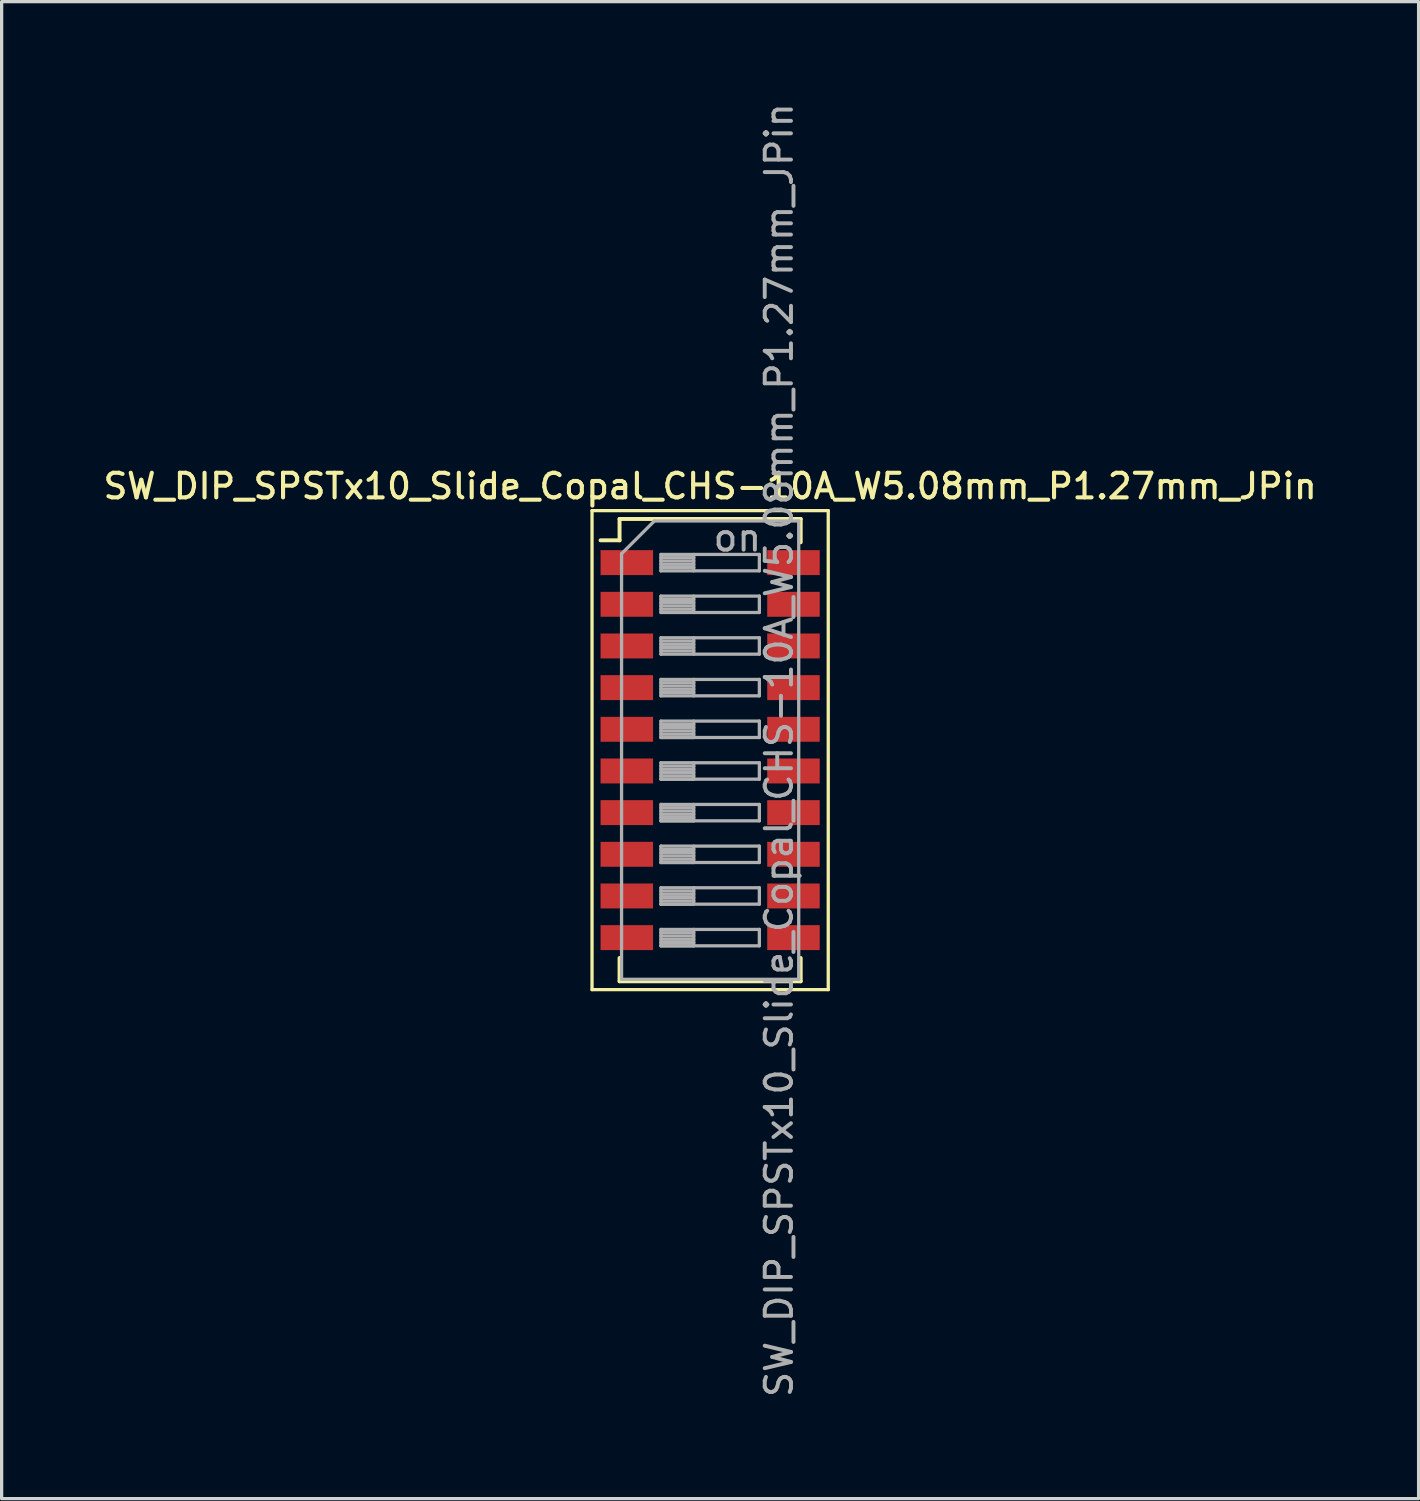
<source format=kicad_pcb>
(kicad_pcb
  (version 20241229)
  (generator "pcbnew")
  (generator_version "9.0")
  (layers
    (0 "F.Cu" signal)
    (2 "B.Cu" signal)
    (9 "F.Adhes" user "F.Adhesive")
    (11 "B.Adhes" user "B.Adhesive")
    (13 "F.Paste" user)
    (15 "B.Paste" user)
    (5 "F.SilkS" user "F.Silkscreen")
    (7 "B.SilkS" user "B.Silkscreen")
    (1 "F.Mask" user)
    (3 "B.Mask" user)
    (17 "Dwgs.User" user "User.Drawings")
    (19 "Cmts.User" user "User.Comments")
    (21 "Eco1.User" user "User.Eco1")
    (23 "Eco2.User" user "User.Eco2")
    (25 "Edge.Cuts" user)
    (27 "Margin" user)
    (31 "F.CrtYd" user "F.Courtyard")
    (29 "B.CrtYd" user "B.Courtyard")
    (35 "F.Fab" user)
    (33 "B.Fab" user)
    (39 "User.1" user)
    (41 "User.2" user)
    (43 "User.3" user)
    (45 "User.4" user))
  (footprint "SW_DIP_SPSTx10_Slide_Copal_CHS-10A_W5.08mm_P1.27mm_JPin"
    (layer "F.Cu")
    (at 18.595 19.814)
    (property "Reference" "SW_DIP_SPSTx10_Slide_Copal_CHS-10A_W5.08mm_P1.27mm_JPin" (at 0 -8.045 0) (layer "F.SilkS") (effects (font (size 0.75 0.75) (thickness 0.125))))
    (attr smd)
    (fp_line (start -3.6 -7.3) (end -3.6 7.3) (stroke (width 0.1) (type solid)) (layer "F.SilkS"))
    (fp_line (start -3.6 7.3) (end 3.6 7.3) (stroke (width 0.1) (type solid)) (layer "F.SilkS"))
    (fp_line (start -3.34 -6.395) (end -2.761 -6.395) (stroke (width 0.12) (type solid)) (layer "F.SilkS"))
    (fp_line (start -2.761 -7.045) (end -2.761 -6.395) (stroke (width 0.12) (type solid)) (layer "F.SilkS"))
    (fp_line (start -2.761 -7.045) (end 2.76 -7.045) (stroke (width 0.12) (type solid)) (layer "F.SilkS"))
    (fp_line (start -2.761 6.335) (end -2.761 7.045) (stroke (width 0.12) (type solid)) (layer "F.SilkS"))
    (fp_line (start -2.761 7.045) (end 2.76 7.045) (stroke (width 0.12) (type solid)) (layer "F.SilkS"))
    (fp_line (start 2.76 -7.045) (end 2.76 -6.335) (stroke (width 0.12) (type solid)) (layer "F.SilkS"))
    (fp_line (start 2.76 6.335) (end 2.76 7.045) (stroke (width 0.12) (type solid)) (layer "F.SilkS"))
    (fp_line (start 3.6 -7.3) (end -3.6 -7.3) (stroke (width 0.1) (type solid)) (layer "F.SilkS"))
    (fp_line (start 3.6 7.3) (end 3.6 -7.3) (stroke (width 0.1) (type solid)) (layer "F.SilkS"))
    (fp_line (start -2.7 -5.985) (end -1.7 -6.985) (stroke (width 0.1) (type solid)) (layer "F.Fab"))
    (fp_line (start -2.7 6.985) (end -2.7 -5.985) (stroke (width 0.1) (type solid)) (layer "F.Fab"))
    (fp_line (start -1.7 -6.985) (end 2.7 -6.985) (stroke (width 0.1) (type solid)) (layer "F.Fab"))
    (fp_line (start -1.5 -5.965) (end -1.5 -5.465) (stroke (width 0.1) (type solid)) (layer "F.Fab"))
    (fp_line (start -1.5 -5.865) (end -0.5 -5.865) (stroke (width 0.1) (type solid)) (layer "F.Fab"))
    (fp_line (start -1.5 -5.765) (end -0.5 -5.765) (stroke (width 0.1) (type solid)) (layer "F.Fab"))
    (fp_line (start -1.5 -5.665) (end -0.5 -5.665) (stroke (width 0.1) (type solid)) (layer "F.Fab"))
    (fp_line (start -1.5 -5.565) (end -0.5 -5.565) (stroke (width 0.1) (type solid)) (layer "F.Fab"))
    (fp_line (start -1.5 -5.465) (end 1.5 -5.465) (stroke (width 0.1) (type solid)) (layer "F.Fab"))
    (fp_line (start -1.5 -4.695) (end -1.5 -4.195) (stroke (width 0.1) (type solid)) (layer "F.Fab"))
    (fp_line (start -1.5 -4.595) (end -0.5 -4.595) (stroke (width 0.1) (type solid)) (layer "F.Fab"))
    (fp_line (start -1.5 -4.495) (end -0.5 -4.495) (stroke (width 0.1) (type solid)) (layer "F.Fab"))
    (fp_line (start -1.5 -4.395) (end -0.5 -4.395) (stroke (width 0.1) (type solid)) (layer "F.Fab"))
    (fp_line (start -1.5 -4.295) (end -0.5 -4.295) (stroke (width 0.1) (type solid)) (layer "F.Fab"))
    (fp_line (start -1.5 -4.195) (end 1.5 -4.195) (stroke (width 0.1) (type solid)) (layer "F.Fab"))
    (fp_line (start -1.5 -3.425) (end -1.5 -2.925) (stroke (width 0.1) (type solid)) (layer "F.Fab"))
    (fp_line (start -1.5 -3.325) (end -0.5 -3.325) (stroke (width 0.1) (type solid)) (layer "F.Fab"))
    (fp_line (start -1.5 -3.225) (end -0.5 -3.225) (stroke (width 0.1) (type solid)) (layer "F.Fab"))
    (fp_line (start -1.5 -3.125) (end -0.5 -3.125) (stroke (width 0.1) (type solid)) (layer "F.Fab"))
    (fp_line (start -1.5 -3.025) (end -0.5 -3.025) (stroke (width 0.1) (type solid)) (layer "F.Fab"))
    (fp_line (start -1.5 -2.925) (end 1.5 -2.925) (stroke (width 0.1) (type solid)) (layer "F.Fab"))
    (fp_line (start -1.5 -2.155) (end -1.5 -1.655) (stroke (width 0.1) (type solid)) (layer "F.Fab"))
    (fp_line (start -1.5 -2.055) (end -0.5 -2.055) (stroke (width 0.1) (type solid)) (layer "F.Fab"))
    (fp_line (start -1.5 -1.955) (end -0.5 -1.955) (stroke (width 0.1) (type solid)) (layer "F.Fab"))
    (fp_line (start -1.5 -1.855) (end -0.5 -1.855) (stroke (width 0.1) (type solid)) (layer "F.Fab"))
    (fp_line (start -1.5 -1.755) (end -0.5 -1.755) (stroke (width 0.1) (type solid)) (layer "F.Fab"))
    (fp_line (start -1.5 -1.655) (end 1.5 -1.655) (stroke (width 0.1) (type solid)) (layer "F.Fab"))
    (fp_line (start -1.5 -0.885) (end -1.5 -0.385) (stroke (width 0.1) (type solid)) (layer "F.Fab"))
    (fp_line (start -1.5 -0.785) (end -0.5 -0.785) (stroke (width 0.1) (type solid)) (layer "F.Fab"))
    (fp_line (start -1.5 -0.685) (end -0.5 -0.685) (stroke (width 0.1) (type solid)) (layer "F.Fab"))
    (fp_line (start -1.5 -0.585) (end -0.5 -0.585) (stroke (width 0.1) (type solid)) (layer "F.Fab"))
    (fp_line (start -1.5 -0.485) (end -0.5 -0.485) (stroke (width 0.1) (type solid)) (layer "F.Fab"))
    (fp_line (start -1.5 -0.385) (end -0.5 -0.385) (stroke (width 0.1) (type solid)) (layer "F.Fab"))
    (fp_line (start -1.5 -0.385) (end 1.5 -0.385) (stroke (width 0.1) (type solid)) (layer "F.Fab"))
    (fp_line (start -1.5 0.385) (end -1.5 0.885) (stroke (width 0.1) (type solid)) (layer "F.Fab"))
    (fp_line (start -1.5 0.485) (end -0.5 0.485) (stroke (width 0.1) (type solid)) (layer "F.Fab"))
    (fp_line (start -1.5 0.585) (end -0.5 0.585) (stroke (width 0.1) (type solid)) (layer "F.Fab"))
    (fp_line (start -1.5 0.685) (end -0.5 0.685) (stroke (width 0.1) (type solid)) (layer "F.Fab"))
    (fp_line (start -1.5 0.785) (end -0.5 0.785) (stroke (width 0.1) (type solid)) (layer "F.Fab"))
    (fp_line (start -1.5 0.885) (end -0.5 0.885) (stroke (width 0.1) (type solid)) (layer "F.Fab"))
    (fp_line (start -1.5 0.885) (end 1.5 0.885) (stroke (width 0.1) (type solid)) (layer "F.Fab"))
    (fp_line (start -1.5 1.655) (end -1.5 2.155) (stroke (width 0.1) (type solid)) (layer "F.Fab"))
    (fp_line (start -1.5 1.755) (end -0.5 1.755) (stroke (width 0.1) (type solid)) (layer "F.Fab"))
    (fp_line (start -1.5 1.855) (end -0.5 1.855) (stroke (width 0.1) (type solid)) (layer "F.Fab"))
    (fp_line (start -1.5 1.955) (end -0.5 1.955) (stroke (width 0.1) (type solid)) (layer "F.Fab"))
    (fp_line (start -1.5 2.055) (end -0.5 2.055) (stroke (width 0.1) (type solid)) (layer "F.Fab"))
    (fp_line (start -1.5 2.155) (end -0.5 2.155) (stroke (width 0.1) (type solid)) (layer "F.Fab"))
    (fp_line (start -1.5 2.155) (end 1.5 2.155) (stroke (width 0.1) (type solid)) (layer "F.Fab"))
    (fp_line (start -1.5 2.925) (end -1.5 3.425) (stroke (width 0.1) (type solid)) (layer "F.Fab"))
    (fp_line (start -1.5 3.025) (end -0.5 3.025) (stroke (width 0.1) (type solid)) (layer "F.Fab"))
    (fp_line (start -1.5 3.125) (end -0.5 3.125) (stroke (width 0.1) (type solid)) (layer "F.Fab"))
    (fp_line (start -1.5 3.225) (end -0.5 3.225) (stroke (width 0.1) (type solid)) (layer "F.Fab"))
    (fp_line (start -1.5 3.325) (end -0.5 3.325) (stroke (width 0.1) (type solid)) (layer "F.Fab"))
    (fp_line (start -1.5 3.425) (end -0.5 3.425) (stroke (width 0.1) (type solid)) (layer "F.Fab"))
    (fp_line (start -1.5 3.425) (end 1.5 3.425) (stroke (width 0.1) (type solid)) (layer "F.Fab"))
    (fp_line (start -1.5 4.195) (end -1.5 4.695) (stroke (width 0.1) (type solid)) (layer "F.Fab"))
    (fp_line (start -1.5 4.295) (end -0.5 4.295) (stroke (width 0.1) (type solid)) (layer "F.Fab"))
    (fp_line (start -1.5 4.395) (end -0.5 4.395) (stroke (width 0.1) (type solid)) (layer "F.Fab"))
    (fp_line (start -1.5 4.495) (end -0.5 4.495) (stroke (width 0.1) (type solid)) (layer "F.Fab"))
    (fp_line (start -1.5 4.595) (end -0.5 4.595) (stroke (width 0.1) (type solid)) (layer "F.Fab"))
    (fp_line (start -1.5 4.695) (end -0.5 4.695) (stroke (width 0.1) (type solid)) (layer "F.Fab"))
    (fp_line (start -1.5 4.695) (end 1.5 4.695) (stroke (width 0.1) (type solid)) (layer "F.Fab"))
    (fp_line (start -1.5 5.465) (end -1.5 5.965) (stroke (width 0.1) (type solid)) (layer "F.Fab"))
    (fp_line (start -1.5 5.565) (end -0.5 5.565) (stroke (width 0.1) (type solid)) (layer "F.Fab"))
    (fp_line (start -1.5 5.665) (end -0.5 5.665) (stroke (width 0.1) (type solid)) (layer "F.Fab"))
    (fp_line (start -1.5 5.765) (end -0.5 5.765) (stroke (width 0.1) (type solid)) (layer "F.Fab"))
    (fp_line (start -1.5 5.865) (end -0.5 5.865) (stroke (width 0.1) (type solid)) (layer "F.Fab"))
    (fp_line (start -1.5 5.965) (end -0.5 5.965) (stroke (width 0.1) (type solid)) (layer "F.Fab"))
    (fp_line (start -1.5 5.965) (end 1.5 5.965) (stroke (width 0.1) (type solid)) (layer "F.Fab"))
    (fp_line (start -0.5 -5.965) (end -0.5 -5.465) (stroke (width 0.1) (type solid)) (layer "F.Fab"))
    (fp_line (start -0.5 -4.695) (end -0.5 -4.195) (stroke (width 0.1) (type solid)) (layer "F.Fab"))
    (fp_line (start -0.5 -3.425) (end -0.5 -2.925) (stroke (width 0.1) (type solid)) (layer "F.Fab"))
    (fp_line (start -0.5 -2.155) (end -0.5 -1.655) (stroke (width 0.1) (type solid)) (layer "F.Fab"))
    (fp_line (start -0.5 -0.885) (end -0.5 -0.385) (stroke (width 0.1) (type solid)) (layer "F.Fab"))
    (fp_line (start -0.5 0.385) (end -0.5 0.885) (stroke (width 0.1) (type solid)) (layer "F.Fab"))
    (fp_line (start -0.5 1.655) (end -0.5 2.155) (stroke (width 0.1) (type solid)) (layer "F.Fab"))
    (fp_line (start -0.5 2.925) (end -0.5 3.425) (stroke (width 0.1) (type solid)) (layer "F.Fab"))
    (fp_line (start -0.5 4.195) (end -0.5 4.695) (stroke (width 0.1) (type solid)) (layer "F.Fab"))
    (fp_line (start -0.5 5.465) (end -0.5 5.965) (stroke (width 0.1) (type solid)) (layer "F.Fab"))
    (fp_line (start 1.5 -5.965) (end -1.5 -5.965) (stroke (width 0.1) (type solid)) (layer "F.Fab"))
    (fp_line (start 1.5 -5.465) (end 1.5 -5.965) (stroke (width 0.1) (type solid)) (layer "F.Fab"))
    (fp_line (start 1.5 -4.695) (end -1.5 -4.695) (stroke (width 0.1) (type solid)) (layer "F.Fab"))
    (fp_line (start 1.5 -4.195) (end 1.5 -4.695) (stroke (width 0.1) (type solid)) (layer "F.Fab"))
    (fp_line (start 1.5 -3.425) (end -1.5 -3.425) (stroke (width 0.1) (type solid)) (layer "F.Fab"))
    (fp_line (start 1.5 -2.925) (end 1.5 -3.425) (stroke (width 0.1) (type solid)) (layer "F.Fab"))
    (fp_line (start 1.5 -2.155) (end -1.5 -2.155) (stroke (width 0.1) (type solid)) (layer "F.Fab"))
    (fp_line (start 1.5 -1.655) (end 1.5 -2.155) (stroke (width 0.1) (type solid)) (layer "F.Fab"))
    (fp_line (start 1.5 -0.885) (end -1.5 -0.885) (stroke (width 0.1) (type solid)) (layer "F.Fab"))
    (fp_line (start 1.5 -0.385) (end 1.5 -0.885) (stroke (width 0.1) (type solid)) (layer "F.Fab"))
    (fp_line (start 1.5 0.385) (end -1.5 0.385) (stroke (width 0.1) (type solid)) (layer "F.Fab"))
    (fp_line (start 1.5 0.885) (end 1.5 0.385) (stroke (width 0.1) (type solid)) (layer "F.Fab"))
    (fp_line (start 1.5 1.655) (end -1.5 1.655) (stroke (width 0.1) (type solid)) (layer "F.Fab"))
    (fp_line (start 1.5 2.155) (end 1.5 1.655) (stroke (width 0.1) (type solid)) (layer "F.Fab"))
    (fp_line (start 1.5 2.925) (end -1.5 2.925) (stroke (width 0.1) (type solid)) (layer "F.Fab"))
    (fp_line (start 1.5 3.425) (end 1.5 2.925) (stroke (width 0.1) (type solid)) (layer "F.Fab"))
    (fp_line (start 1.5 4.195) (end -1.5 4.195) (stroke (width 0.1) (type solid)) (layer "F.Fab"))
    (fp_line (start 1.5 4.695) (end 1.5 4.195) (stroke (width 0.1) (type solid)) (layer "F.Fab"))
    (fp_line (start 1.5 5.465) (end -1.5 5.465) (stroke (width 0.1) (type solid)) (layer "F.Fab"))
    (fp_line (start 1.5 5.965) (end 1.5 5.465) (stroke (width 0.1) (type solid)) (layer "F.Fab"))
    (fp_line (start 2.7 -6.985) (end 2.7 6.985) (stroke (width 0.1) (type solid)) (layer "F.Fab"))
    (fp_line (start 2.7 6.985) (end -2.7 6.985) (stroke (width 0.1) (type solid)) (layer "F.Fab"))
    (fp_text user "on" (at 0.83 -6.475 0) (layer "F.Fab") (effects (font (size 0.8 0.8) (thickness 0.12))))
    (fp_text user "${REFERENCE}" (at 2.1 0 90) (layer "F.Fab") (effects (font (size 0.8 0.8) (thickness 0.12))))
    (pad "1" smd rect (at -2.54 -5.715) (size 1.6 0.76) (layers "F.Cu" "F.Mask" "F.Paste"))
    (pad "2" smd rect (at -2.54 -4.445) (size 1.6 0.76) (layers "F.Cu" "F.Mask" "F.Paste"))
    (pad "3" smd rect (at -2.54 -3.175) (size 1.6 0.76) (layers "F.Cu" "F.Mask" "F.Paste"))
    (pad "4" smd rect (at -2.54 -1.905) (size 1.6 0.76) (layers "F.Cu" "F.Mask" "F.Paste"))
    (pad "5" smd rect (at -2.54 -0.635) (size 1.6 0.76) (layers "F.Cu" "F.Mask" "F.Paste"))
    (pad "6" smd rect (at -2.54 0.635) (size 1.6 0.76) (layers "F.Cu" "F.Mask" "F.Paste"))
    (pad "7" smd rect (at -2.54 1.905) (size 1.6 0.76) (layers "F.Cu" "F.Mask" "F.Paste"))
    (pad "8" smd rect (at -2.54 3.175) (size 1.6 0.76) (layers "F.Cu" "F.Mask" "F.Paste"))
    (pad "9" smd rect (at -2.54 4.445) (size 1.6 0.76) (layers "F.Cu" "F.Mask" "F.Paste"))
    (pad "10" smd rect (at -2.54 5.715) (size 1.6 0.76) (layers "F.Cu" "F.Mask" "F.Paste"))
    (pad "11" smd rect (at 2.54 5.715) (size 1.6 0.76) (layers "F.Cu" "F.Mask" "F.Paste"))
    (pad "12" smd rect (at 2.54 4.445) (size 1.6 0.76) (layers "F.Cu" "F.Mask" "F.Paste"))
    (pad "13" smd rect (at 2.54 3.175) (size 1.6 0.76) (layers "F.Cu" "F.Mask" "F.Paste"))
    (pad "14" smd rect (at 2.54 1.905) (size 1.6 0.76) (layers "F.Cu" "F.Mask" "F.Paste"))
    (pad "15" smd rect (at 2.54 0.635) (size 1.6 0.76) (layers "F.Cu" "F.Mask" "F.Paste"))
    (pad "16" smd rect (at 2.54 -0.635) (size 1.6 0.76) (layers "F.Cu" "F.Mask" "F.Paste"))
    (pad "17" smd rect (at 2.54 -1.905) (size 1.6 0.76) (layers "F.Cu" "F.Mask" "F.Paste"))
    (pad "18" smd rect (at 2.54 -3.175) (size 1.6 0.76) (layers "F.Cu" "F.Mask" "F.Paste"))
    (pad "19" smd rect (at 2.54 -4.445) (size 1.6 0.76) (layers "F.Cu" "F.Mask" "F.Paste"))
    (pad "20" smd rect (at 2.54 -5.715) (size 1.6 0.76) (layers "F.Cu" "F.Mask" "F.Paste")))
  (gr_rect
    (start -3 -3)
    (end 40.189 42.629)
    (stroke (width 0.1) (type default))
    (fill no)
    (layer "Edge.Cuts")))
</source>
